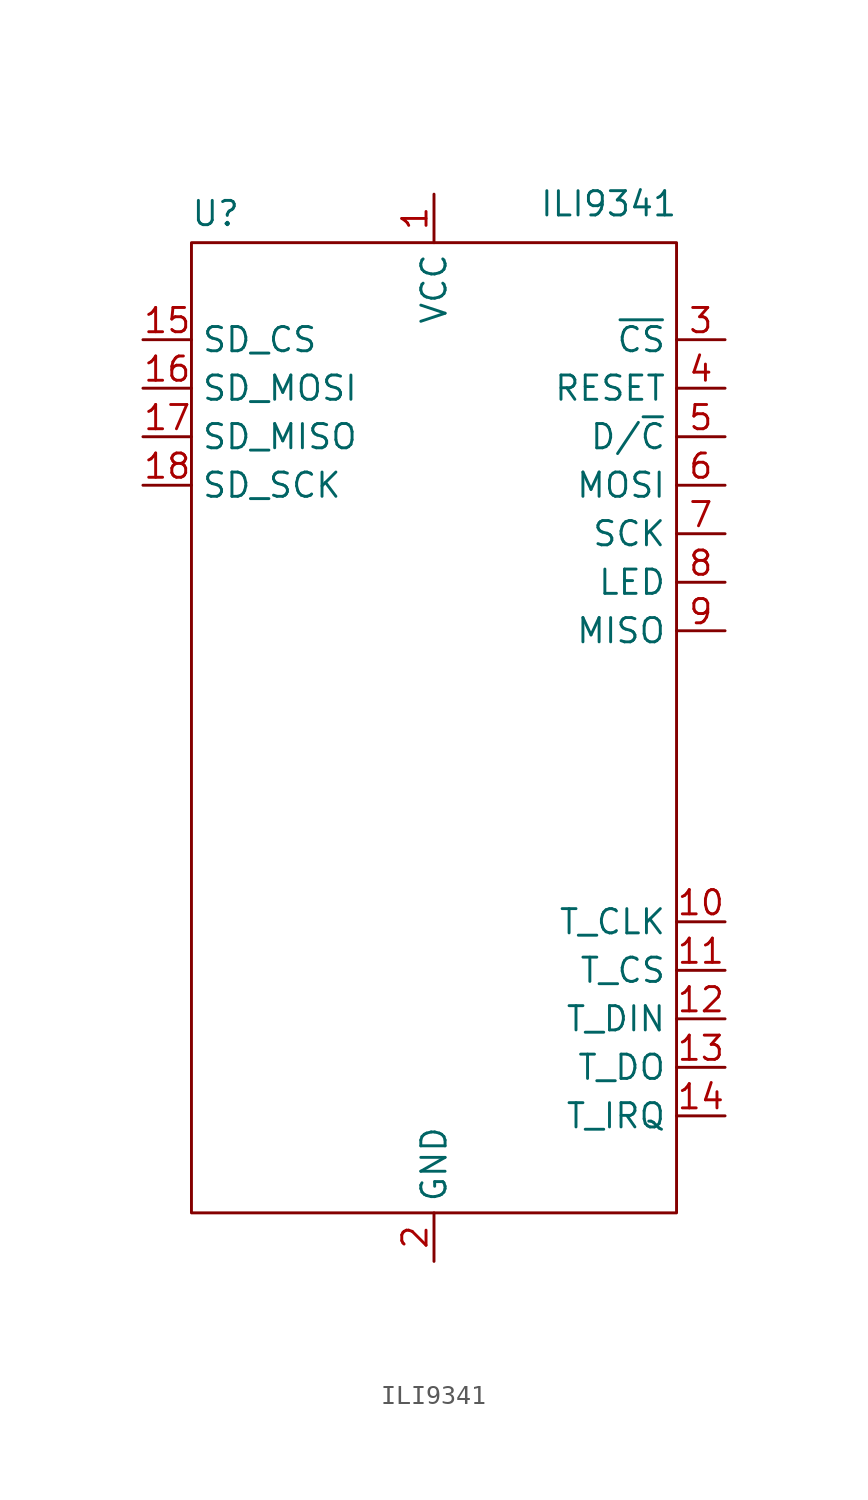
<source format=kicad_sym>
(kicad_symbol_lib
  (version 20241209)
  (generator "kicad_symbol_editor")
  (generator_version "9.0")
  (symbol "ILI9341"
    (property "Reference" "U"
      (at -11.43 26.924 0)
      (effects (font (size 1.27 1.27))))
    (property "Value" "ILI9341"
      (at 9.144 27.432 0)
      (effects (font (size 1.27 1.27))))
    (symbol "ILI9341_0_0"
      (pin bidirectional line (at -15.24 20.32 0) (length 2.54) (name "SD_CS" (effects (font (size 1.27 1.27)))) (number "15" (effects (font (size 1.27 1.27)))))
      (pin bidirectional line (at -15.24 17.78 0) (length 2.54) (name "SD_MOSI" (effects (font (size 1.27 1.27)))) (number "16" (effects (font (size 1.27 1.27)))))
      (pin bidirectional line (at -15.24 15.24 0) (length 2.54) (name "SD_MISO" (effects (font (size 1.27 1.27)))) (number "17" (effects (font (size 1.27 1.27)))))
      (pin bidirectional line (at -15.24 12.7 0) (length 2.54) (name "SD_SCK" (effects (font (size 1.27 1.27)))) (number "18" (effects (font (size 1.27 1.27)))))
      (pin power_in line (at 0 27.94 270) (length 2.54) (name "VCC" (effects (font (size 1.27 1.27)))) (number "1" (effects (font (size 1.27 1.27)))))
      (pin power_in line (at 0 -27.94 90) (length 2.54) (name "GND" (effects (font (size 1.27 1.27)))) (number "2" (effects (font (size 1.27 1.27)))))
      (pin input line (at 15.24 20.32 180) (length 2.54) (name "~{CS}" (effects (font (size 1.27 1.27)))) (number "3" (effects (font (size 1.27 1.27)))))
      (pin input line (at 15.24 17.78 180) (length 2.54) (name "RESET" (effects (font (size 1.27 1.27)))) (number "4" (effects (font (size 1.27 1.27)))))
      (pin input line (at 15.24 15.24 180) (length 2.54) (name "D/~{C}" (effects (font (size 1.27 1.27)))) (number "5" (effects (font (size 1.27 1.27)))))
      (pin input line (at 15.24 12.7 180) (length 2.54) (name "MOSI" (effects (font (size 1.27 1.27)))) (number "6" (effects (font (size 1.27 1.27)))))
      (pin input line (at 15.24 10.16 180) (length 2.54) (name "SCK" (effects (font (size 1.27 1.27)))) (number "7" (effects (font (size 1.27 1.27)))))
      (pin input line (at 15.24 7.62 180) (length 2.54) (name "LED" (effects (font (size 1.27 1.27)))) (number "8" (effects (font (size 1.27 1.27)))))
      (pin output line (at 15.24 5.08 180) (length 2.54) (name "MISO" (effects (font (size 1.27 1.27)))) (number "9" (effects (font (size 1.27 1.27)))))
      (pin input line (at 15.24 -10.16 180) (length 2.54) (name "T_CLK" (effects (font (size 1.27 1.27)))) (number "10" (effects (font (size 1.27 1.27)))))
      (pin input line (at 15.24 -12.7 180) (length 2.54) (name "T_CS" (effects (font (size 1.27 1.27)))) (number "11" (effects (font (size 1.27 1.27)))))
      (pin bidirectional line (at 15.24 -15.24 180) (length 2.54) (name "T_DIN" (effects (font (size 1.27 1.27)))) (number "12" (effects (font (size 1.27 1.27)))))
      (pin bidirectional line (at 15.24 -17.78 180) (length 2.54) (name "T_DO" (effects (font (size 1.27 1.27)))) (number "13" (effects (font (size 1.27 1.27)))))
      (pin bidirectional line (at 15.24 -20.32 180) (length 2.54) (name "T_IRQ" (effects (font (size 1.27 1.27)))) (number "14" (effects (font (size 1.27 1.27))))))
    (symbol "ILI9341_0_1"
      (rectangle (start -12.7 25.4) (end 12.7 -25.4) (stroke (width 0) (type default)) (fill (type none))))))
</source>
